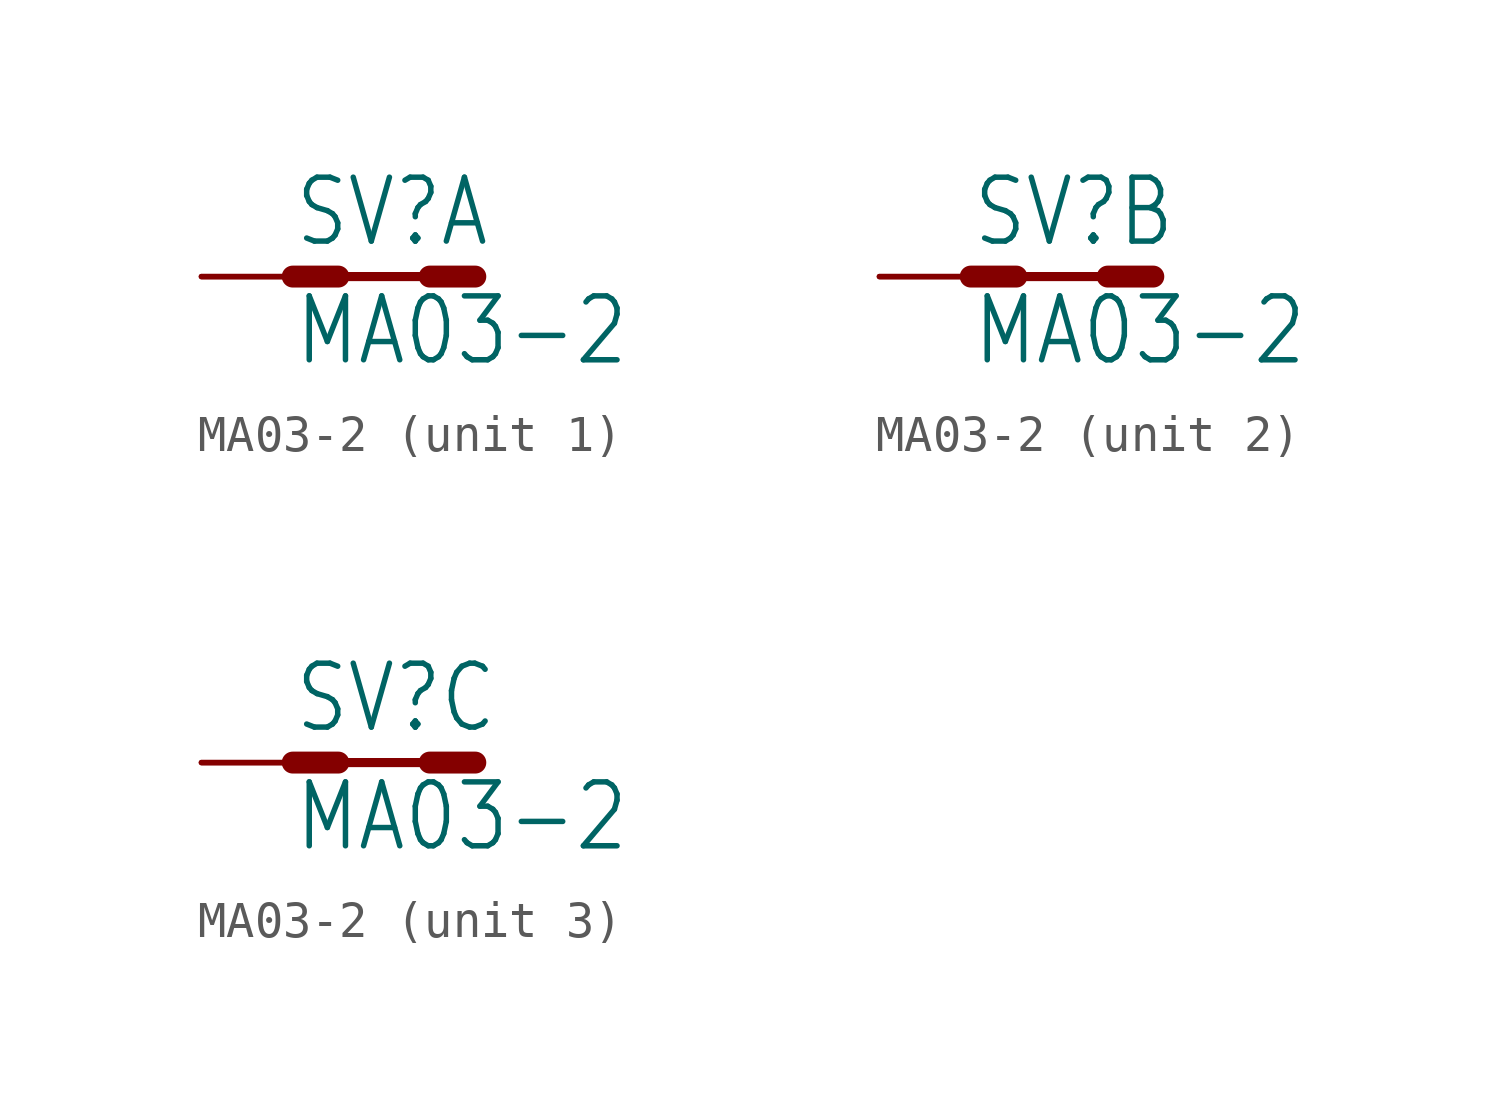
<source format=kicad_sym>
(kicad_symbol_lib
  (version 20211014)
  (generator kicad_symbol_editor)
  (symbol "MA03-2"
    (property "Reference" "SV"
      (at -2.54 0.762 0)
      (effects (font (size 1.778 1.511)) (justify left bottom)))
    (property "Value" "MA03-2"
      (at -2.54 -2.54 0)
      (effects (font (size 1.778 1.511)) (justify left bottom)))
    (property "ki_locked" ""
      (at 0 0 0)
      (effects (font (size 1.27 1.27))))
    (symbol "MA03-2_1_0"
      (polyline (pts (xy -2.54 0) (xy -1.27 0)) (stroke (width 0.61) (type default) (color 0 0 0 0)) (fill (type none)))
      (polyline (pts (xy -2.54 0) (xy 2.54 0)) (stroke (width 0.254) (type default) (color 0 0 0 0)) (fill (type none)))
      (polyline (pts (xy 1.27 0) (xy 2.54 0)) (stroke (width 0.61) (type default) (color 0 0 0 0)) (fill (type none)))
      (pin passive line (at -5.08 0 0) (length 5.08) (name "K" (effects (font (size 0 0)))) (number "1" (effects (font (size 0 0)))))
      (pin passive line (at -5.08 0 0) (length 5.08) (name "K" (effects (font (size 0 0)))) (number "2" (effects (font (size 0 0))))))
    (symbol "MA03-2_2_0"
      (polyline (pts (xy -2.54 0) (xy -1.27 0)) (stroke (width 0.61) (type default) (color 0 0 0 0)) (fill (type none)))
      (polyline (pts (xy -2.54 0) (xy 2.54 0)) (stroke (width 0.254) (type default) (color 0 0 0 0)) (fill (type none)))
      (polyline (pts (xy 1.27 0) (xy 2.54 0)) (stroke (width 0.61) (type default) (color 0 0 0 0)) (fill (type none)))
      (pin passive line (at -5.08 0 0) (length 5.08) (name "K" (effects (font (size 0 0)))) (number "3" (effects (font (size 0 0)))))
      (pin passive line (at -5.08 0 0) (length 5.08) (name "K" (effects (font (size 0 0)))) (number "4" (effects (font (size 0 0))))))
    (symbol "MA03-2_3_0"
      (polyline (pts (xy -2.54 0) (xy -1.27 0)) (stroke (width 0.61) (type default) (color 0 0 0 0)) (fill (type none)))
      (polyline (pts (xy -2.54 0) (xy 2.54 0)) (stroke (width 0.254) (type default) (color 0 0 0 0)) (fill (type none)))
      (polyline (pts (xy 1.27 0) (xy 2.54 0)) (stroke (width 0.61) (type default) (color 0 0 0 0)) (fill (type none)))
      (pin passive line (at -5.08 0 0) (length 5.08) (name "K" (effects (font (size 0 0)))) (number "5" (effects (font (size 0 0)))))
      (pin passive line (at -5.08 0 0) (length 5.08) (name "K" (effects (font (size 0 0)))) (number "6" (effects (font (size 0 0))))))))
</source>
